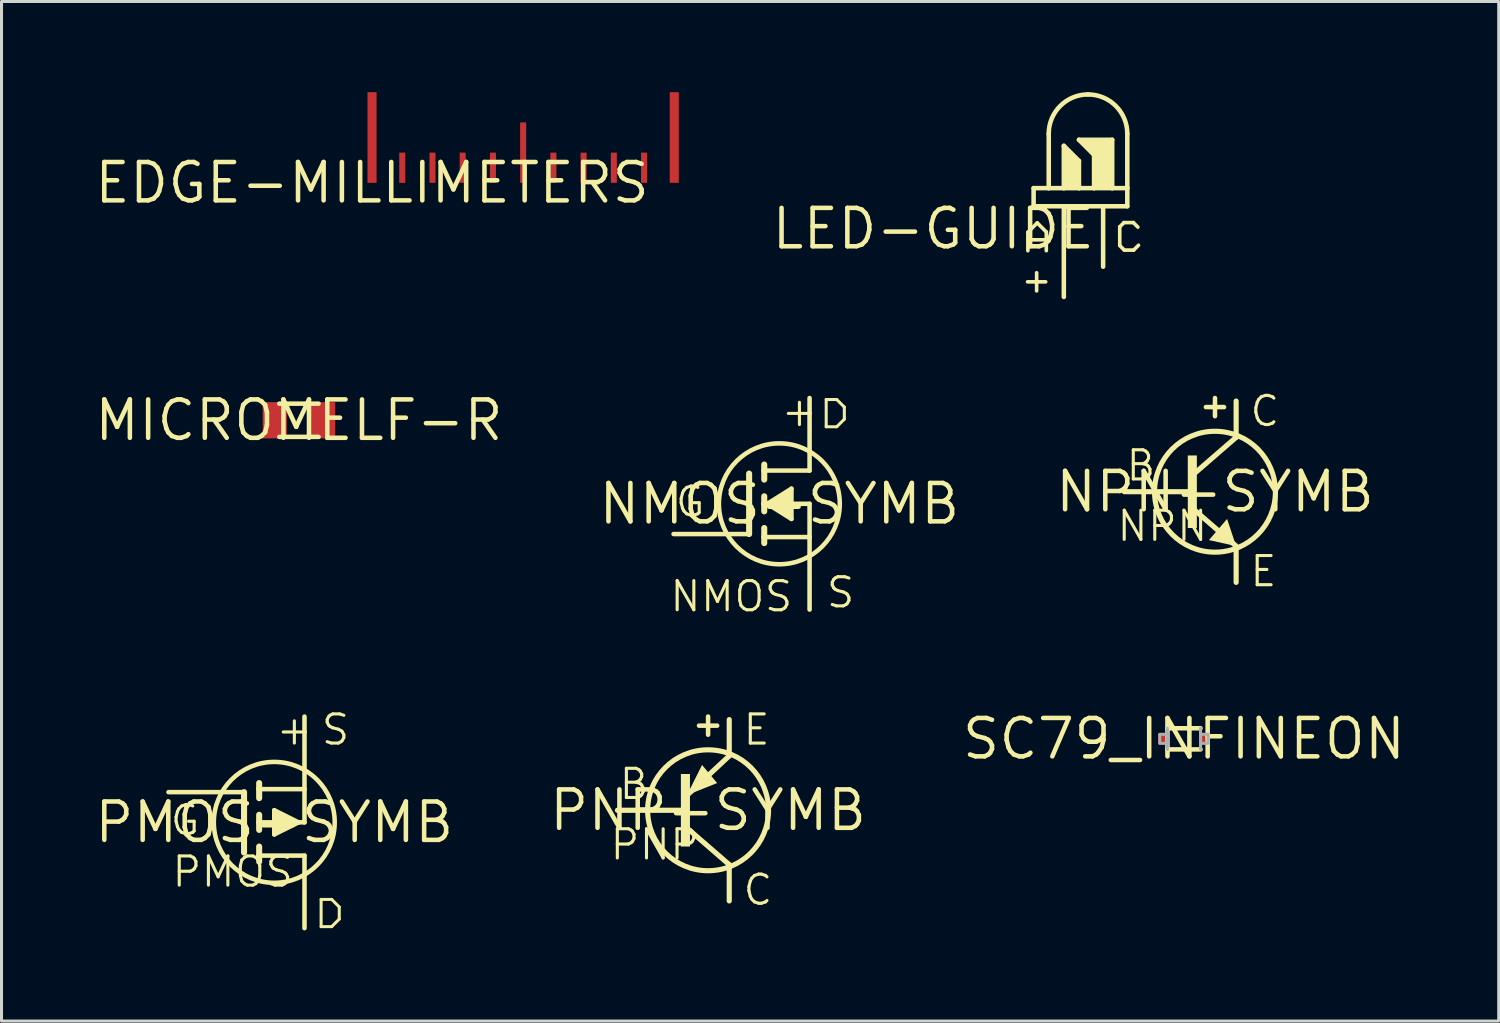
<source format=kicad_pcb>
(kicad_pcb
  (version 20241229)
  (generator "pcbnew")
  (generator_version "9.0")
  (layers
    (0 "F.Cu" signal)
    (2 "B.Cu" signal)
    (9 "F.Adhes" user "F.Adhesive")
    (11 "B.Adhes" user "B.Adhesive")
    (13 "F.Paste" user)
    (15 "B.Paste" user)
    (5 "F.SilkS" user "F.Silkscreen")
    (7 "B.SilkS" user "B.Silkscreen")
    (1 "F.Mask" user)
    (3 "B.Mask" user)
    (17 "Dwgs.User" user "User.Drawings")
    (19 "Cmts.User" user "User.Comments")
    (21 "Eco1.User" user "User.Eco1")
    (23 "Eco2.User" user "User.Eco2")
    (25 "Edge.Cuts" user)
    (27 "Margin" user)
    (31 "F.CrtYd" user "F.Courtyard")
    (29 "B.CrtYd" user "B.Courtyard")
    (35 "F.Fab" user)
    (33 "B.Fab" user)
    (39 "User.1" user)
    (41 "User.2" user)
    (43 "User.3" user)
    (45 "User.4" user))
  (footprint "NMOS-SYMB"
    (layer "F.Cu")
    (at 22.737 13.62)
    (property "Reference" "NMOS-SYMB" (at 0 0 0) (layer "F.SilkS") (effects (font (size 1.27 1.27) (thickness 0.15))))
    (attr through_hole)
    (fp_line (start -1 1) (end -3.5 1) (stroke (width 0.15) (type solid)) (layer "F.SilkS"))
    (fp_line (start -1 1) (end -1 -1) (stroke (width 0.2) (type solid)) (layer "F.SilkS"))
    (fp_line (start -0.5 -1.1) (end -0.5 -1.3) (stroke (width 0.2) (type solid)) (layer "F.SilkS"))
    (fp_line (start -0.5 -1.1) (end 1 -1.1) (stroke (width 0.15) (type solid)) (layer "F.SilkS"))
    (fp_line (start -0.5 -0.8) (end -0.5 -1.1) (stroke (width 0.2) (type solid)) (layer "F.SilkS"))
    (fp_line (start -0.5 0) (end -0.5 -0.25) (stroke (width 0.2) (type solid)) (layer "F.SilkS"))
    (fp_line (start -0.5 0) (end -0.4 0) (stroke (width 0.2) (type solid)) (layer "F.SilkS"))
    (fp_line (start -0.5 0.25) (end -0.5 0) (stroke (width 0.2) (type solid)) (layer "F.SilkS"))
    (fp_line (start -0.5 1.1) (end -0.5 0.8) (stroke (width 0.2) (type solid)) (layer "F.SilkS"))
    (fp_line (start -0.5 1.1) (end 1 1.1) (stroke (width 0.15) (type solid)) (layer "F.SilkS"))
    (fp_line (start -0.5 1.3) (end -0.5 1.1) (stroke (width 0.2) (type solid)) (layer "F.SilkS"))
    (fp_line (start -0.4 0) (end 0.4 -0.5) (stroke (width 0.15) (type solid)) (layer "F.SilkS"))
    (fp_line (start 0.4 -0.5) (end 0.4 0) (stroke (width 0.15) (type solid)) (layer "F.SilkS"))
    (fp_line (start 0.4 0) (end 0.4 0.5) (stroke (width 0.15) (type solid)) (layer "F.SilkS"))
    (fp_line (start 0.4 0) (end 1 0) (stroke (width 0.15) (type solid)) (layer "F.SilkS"))
    (fp_line (start 0.4 0.5) (end -0.4 0) (stroke (width 0.15) (type solid)) (layer "F.SilkS"))
    (fp_line (start 1 -3.5) (end 1 -1.1) (stroke (width 0.15) (type solid)) (layer "F.SilkS"))
    (fp_line (start 1 0) (end 1 1.1) (stroke (width 0.15) (type solid)) (layer "F.SilkS"))
    (fp_line (start 1 1.1) (end 1 3.5) (stroke (width 0.15) (type solid)) (layer "F.SilkS"))
    (fp_line (start 1.55 -3.45) (end 1.9 -3.45) (stroke (width 0.1) (type solid)) (layer "F.SilkS"))
    (fp_line (start 1.55 -2.55) (end 1.55 -3.45) (stroke (width 0.1) (type solid)) (layer "F.SilkS"))
    (fp_line (start 1.9 -3.45) (end 2.15 -3.2) (stroke (width 0.1) (type solid)) (layer "F.SilkS"))
    (fp_line (start 1.9 -2.55) (end 1.55 -2.55) (stroke (width 0.1) (type solid)) (layer "F.SilkS"))
    (fp_line (start 2.15 -3.2) (end 2.15 -2.8) (stroke (width 0.1) (type solid)) (layer "F.SilkS"))
    (fp_line (start 2.15 -2.8) (end 1.9 -2.55) (stroke (width 0.1) (type solid)) (layer "F.SilkS"))
    (fp_circle (center 0 0) (end 2 0) (stroke (width 0.15) (type solid)) (fill no) (layer "F.SilkS"))
    (fp_poly (pts (xy -0.4 0) (xy 0.4 -0.5) (xy 0.4 0.5)) (stroke (width 0) (type solid)) (fill yes) (layer "F.SilkS"))
    (fp_text user "+" (at 0 -2.5 0) (layer "F.SilkS") (effects (font (size 0.965 0.965) (thickness 0.102)) (justify left bottom)))
    (fp_text user "S" (at 1.5 3.5 0) (layer "F.SilkS") (effects (font (size 0.965 0.965) (thickness 0.102)) (justify left bottom)))
    (fp_text user "G" (at -3.5 0.5 0) (layer "F.SilkS") (effects (font (size 0.965 0.965) (thickness 0.102)) (justify left bottom)))
    (fp_text user "NMOS" (at 0.5 2.5 0) (layer "F.SilkS") (effects (font (size 0.965 0.965) (thickness 0.102)) (justify right top))))
  (footprint "EDGE-MILLIMETERS"
    (layer "F.Cu")
    (at 9.26 3)
    (property "Reference" "EDGE-MILLIMETERS" (at 0 0 0) (layer "F.SilkS") (effects (font (size 1.27 1.27) (thickness 0.15))))
    (attr through_hole)
    (fp_poly (pts (xy -0.15 0) (xy 0.15 0) (xy 0.15 -3) (xy -0.15 -3)) (stroke (width 0) (type solid)) (fill yes) (layer "F.Cu"))
    (fp_poly (pts (xy 0.9 0) (xy 1.1 0) (xy 1.1 -1) (xy 0.9 -1)) (stroke (width 0) (type solid)) (fill yes) (layer "F.Cu"))
    (fp_poly (pts (xy 1.9 0) (xy 2.1 0) (xy 2.1 -1) (xy 1.9 -1)) (stroke (width 0) (type solid)) (fill yes) (layer "F.Cu"))
    (fp_poly (pts (xy 2.9 0) (xy 3.1 0) (xy 3.1 -1) (xy 2.9 -1)) (stroke (width 0) (type solid)) (fill yes) (layer "F.Cu"))
    (fp_poly (pts (xy 3.9 0) (xy 4.1 0) (xy 4.1 -1) (xy 3.9 -1)) (stroke (width 0) (type solid)) (fill yes) (layer "F.Cu"))
    (fp_poly (pts (xy 4.9 0) (xy 5.1 0) (xy 5.1 -2) (xy 4.9 -2)) (stroke (width 0) (type solid)) (fill yes) (layer "F.Cu"))
    (fp_poly (pts (xy 5.9 0) (xy 6.1 0) (xy 6.1 -1) (xy 5.9 -1)) (stroke (width 0) (type solid)) (fill yes) (layer "F.Cu"))
    (fp_poly (pts (xy 6.9 0) (xy 7.1 0) (xy 7.1 -1) (xy 6.9 -1)) (stroke (width 0) (type solid)) (fill yes) (layer "F.Cu"))
    (fp_poly (pts (xy 7.9 0) (xy 8.1 0) (xy 8.1 -1) (xy 7.9 -1)) (stroke (width 0) (type solid)) (fill yes) (layer "F.Cu"))
    (fp_poly (pts (xy 8.9 0) (xy 9.1 0) (xy 9.1 -1) (xy 8.9 -1)) (stroke (width 0) (type solid)) (fill yes) (layer "F.Cu"))
    (fp_poly (pts (xy 9.85 0) (xy 10.15 0) (xy 10.15 -3) (xy 9.85 -3)) (stroke (width 0) (type solid)) (fill yes) (layer "F.Cu"))
    (fp_poly (pts (xy -0.15 0) (xy 0.15 0) (xy 0.15 -3) (xy -0.15 -3)) (stroke (width 0) (type solid)) (fill yes) (layer "F.Mask"))
    (fp_poly (pts (xy 0.9 0) (xy 1.1 0) (xy 1.1 -1) (xy 0.9 -1)) (stroke (width 0) (type solid)) (fill yes) (layer "F.Mask"))
    (fp_poly (pts (xy 1.9 0) (xy 2.1 0) (xy 2.1 -1) (xy 1.9 -1)) (stroke (width 0) (type solid)) (fill yes) (layer "F.Mask"))
    (fp_poly (pts (xy 2.9 0) (xy 3.1 0) (xy 3.1 -1) (xy 2.9 -1)) (stroke (width 0) (type solid)) (fill yes) (layer "F.Mask"))
    (fp_poly (pts (xy 3.9 0) (xy 4.1 0) (xy 4.1 -1) (xy 3.9 -1)) (stroke (width 0) (type solid)) (fill yes) (layer "F.Mask"))
    (fp_poly (pts (xy 4.9 0) (xy 5.1 0) (xy 5.1 -2) (xy 4.9 -2)) (stroke (width 0) (type solid)) (fill yes) (layer "F.Mask"))
    (fp_poly (pts (xy 5.9 0) (xy 6.1 0) (xy 6.1 -1) (xy 5.9 -1)) (stroke (width 0) (type solid)) (fill yes) (layer "F.Mask"))
    (fp_poly (pts (xy 6.9 0) (xy 7.1 0) (xy 7.1 -1) (xy 6.9 -1)) (stroke (width 0) (type solid)) (fill yes) (layer "F.Mask"))
    (fp_poly (pts (xy 7.9 0) (xy 8.1 0) (xy 8.1 -1) (xy 7.9 -1)) (stroke (width 0) (type solid)) (fill yes) (layer "F.Mask"))
    (fp_poly (pts (xy 8.9 0) (xy 9.1 0) (xy 9.1 -1) (xy 8.9 -1)) (stroke (width 0) (type solid)) (fill yes) (layer "F.Mask"))
    (fp_poly (pts (xy 9.85 0) (xy 10.15 0) (xy 10.15 -3) (xy 9.85 -3)) (stroke (width 0) (type solid)) (fill yes) (layer "F.Mask")))
  (footprint "MICROMELF-R"
    (layer "F.Cu")
    (at 6.841 10.856)
    (property "Reference" "MICROMELF-R" (at 0 0 0) (layer "F.SilkS") (effects (font (size 1.27 1.27) (thickness 0.15))))
    (attr through_hole)
    (fp_line (start -0.65 -0.55) (end 0.65 -0.55) (stroke (width 0.15) (type solid)) (layer "F.SilkS"))
    (fp_line (start -0.65 0.55) (end 0.65 0.55) (stroke (width 0.15) (type solid)) (layer "F.SilkS"))
    (pad "A" smd rect (at 0.8 0) (size 0.8 1.2) (layers "F.Cu" "F.Mask" "F.Paste"))
    (pad "C" smd rect (at -0.8 0) (size 0.8 1.2) (layers "F.Cu" "F.Mask" "F.Paste")))
  (footprint "PMOS-SYMB"
    (layer "F.Cu")
    (at 6.025 24.16)
    (property "Reference" "PMOS-SYMB" (at 0 0 0) (layer "F.SilkS") (effects (font (size 1.27 1.27) (thickness 0.15))))
    (attr through_hole)
    (fp_line (start -1 -1) (end -3.5 -1) (stroke (width 0.15) (type solid)) (layer "F.SilkS"))
    (fp_line (start -1 -1) (end -1 1) (stroke (width 0.2) (type solid)) (layer "F.SilkS"))
    (fp_line (start -0.5 -1.1) (end -0.5 -1.3) (stroke (width 0.2) (type solid)) (layer "F.SilkS"))
    (fp_line (start -0.5 -1.1) (end 1 -1.1) (stroke (width 0.15) (type solid)) (layer "F.SilkS"))
    (fp_line (start -0.5 -0.8) (end -0.5 -1.1) (stroke (width 0.2) (type solid)) (layer "F.SilkS"))
    (fp_line (start -0.5 0) (end -0.5 -0.25) (stroke (width 0.2) (type solid)) (layer "F.SilkS"))
    (fp_line (start -0.5 0) (end 0 0) (stroke (width 0.15) (type solid)) (layer "F.SilkS"))
    (fp_line (start -0.5 0.25) (end -0.5 0) (stroke (width 0.2) (type solid)) (layer "F.SilkS"))
    (fp_line (start -0.5 1.1) (end -0.5 0.8) (stroke (width 0.2) (type solid)) (layer "F.SilkS"))
    (fp_line (start -0.5 1.1) (end 1 1.1) (stroke (width 0.15) (type solid)) (layer "F.SilkS"))
    (fp_line (start -0.5 1.3) (end -0.5 1.1) (stroke (width 0.2) (type solid)) (layer "F.SilkS"))
    (fp_line (start 0 -0.4) (end 0 0) (stroke (width 0.15) (type solid)) (layer "F.SilkS"))
    (fp_line (start 0 0) (end 0 0.4) (stroke (width 0.15) (type solid)) (layer "F.SilkS"))
    (fp_line (start 0 0.4) (end 0.8 0) (stroke (width 0.15) (type solid)) (layer "F.SilkS"))
    (fp_line (start 0.8 0) (end 0 -0.4) (stroke (width 0.15) (type solid)) (layer "F.SilkS"))
    (fp_line (start 0.8 0) (end 1 0) (stroke (width 0.15) (type solid)) (layer "F.SilkS"))
    (fp_line (start 1 -3.5) (end 1 -1.1) (stroke (width 0.15) (type solid)) (layer "F.SilkS"))
    (fp_line (start 1 0) (end 1 -1.1) (stroke (width 0.15) (type solid)) (layer "F.SilkS"))
    (fp_line (start 1 1.1) (end 1 3.5) (stroke (width 0.15) (type solid)) (layer "F.SilkS"))
    (fp_line (start 1.55 2.55) (end 1.9 2.55) (stroke (width 0.1) (type solid)) (layer "F.SilkS"))
    (fp_line (start 1.55 3.45) (end 1.55 2.55) (stroke (width 0.1) (type solid)) (layer "F.SilkS"))
    (fp_line (start 1.9 2.55) (end 2.15 2.8) (stroke (width 0.1) (type solid)) (layer "F.SilkS"))
    (fp_line (start 1.9 3.45) (end 1.55 3.45) (stroke (width 0.1) (type solid)) (layer "F.SilkS"))
    (fp_line (start 2.15 2.8) (end 2.15 3.2) (stroke (width 0.1) (type solid)) (layer "F.SilkS"))
    (fp_line (start 2.15 3.2) (end 1.9 3.45) (stroke (width 0.1) (type solid)) (layer "F.SilkS"))
    (fp_circle (center 0 0) (end 2 0) (stroke (width 0.15) (type solid)) (fill no) (layer "F.SilkS"))
    (fp_poly (pts (xy 0 -0.4) (xy 0.8 0) (xy 0 0.4)) (stroke (width 0) (type solid)) (fill yes) (layer "F.SilkS"))
    (fp_text user "S" (at 1.5 -2.5 0) (layer "F.SilkS") (effects (font (size 0.965 0.965) (thickness 0.102)) (justify left bottom)))
    (fp_text user "+" (at 0 -2.5 0) (layer "F.SilkS") (effects (font (size 0.965 0.965) (thickness 0.102)) (justify left bottom)))
    (fp_text user "G" (at -3.5 0.5 0) (layer "F.SilkS") (effects (font (size 0.965 0.965) (thickness 0.102)) (justify left bottom)))
    (fp_text user "PMOS" (at -3.441 2.2 0) (layer "F.SilkS") (effects (font (size 0.965 0.965) (thickness 0.102)) (justify left bottom))))
  (footprint "SC79_INFINEON"
    (layer "F.Cu")
    (at 36.123 21.396)
    (property "Reference" "SC79_INFINEON" (at 0 0 0) (layer "F.SilkS") (effects (font (size 1.27 1.27) (thickness 0.15))))
    (attr through_hole)
    (fp_line (start -0.55 -0.35) (end 0.55 -0.35) (stroke (width 0.15) (type solid)) (layer "F.SilkS"))
    (fp_line (start 0.55 0.35) (end -0.55 0.35) (stroke (width 0.15) (type solid)) (layer "F.SilkS"))
    (fp_line (start -0.55 0.35) (end -0.55 -0.35) (stroke (width 0.102) (type solid)) (layer "F.Fab"))
    (fp_line (start 0.55 -0.35) (end 0.55 0.35) (stroke (width 0.102) (type solid)) (layer "F.Fab"))
    (fp_poly (pts (xy -0.8 0.15) (xy -0.55 0.15) (xy -0.55 -0.15) (xy -0.8 -0.15)) (stroke (width 0.1) (type solid)) (fill no) (layer "F.Fab"))
    (fp_poly (pts (xy 0.55 0.15) (xy 0.8 0.15) (xy 0.8 -0.15) (xy 0.55 -0.15)) (stroke (width 0.1) (type solid)) (fill no) (layer "F.Fab"))
    (pad "A" smd rect (at 0.675 0) (size 0.35 0.35) (layers "F.Cu" "F.Mask" "F.Paste"))
    (pad "C" smd rect (at -0.675 0) (size 0.35 0.35) (layers "F.Cu" "F.Mask" "F.Paste")))
  (footprint "NPN-SYMB"
    (layer "F.Cu")
    (at 37.151 13.22)
    (property "Reference" "NPN-SYMB" (at 0 0 0) (layer "F.SilkS") (effects (font (size 1.27 1.27) (thickness 0.15))))
    (attr through_hole)
    (fp_line (start -0.8 -0.5) (end 0.7 -1.8) (stroke (width 0.17) (type solid)) (layer "F.SilkS"))
    (fp_line (start -0.8 0) (end -3 0) (stroke (width 0.17) (type solid)) (layer "F.SilkS"))
    (fp_line (start -0.8 0.5) (end 0.7 1.8) (stroke (width 0.17) (type solid)) (layer "F.SilkS"))
    (fp_line (start -0.3 -2.8) (end 0.3 -2.8) (stroke (width 0.15) (type solid)) (layer "F.SilkS"))
    (fp_line (start 0 -2.5) (end 0 -3.1) (stroke (width 0.15) (type solid)) (layer "F.SilkS"))
    (fp_line (start 0.7 -1.8) (end 0.7 -3) (stroke (width 0.17) (type solid)) (layer "F.SilkS"))
    (fp_line (start 0.7 1.8) (end 0.7 3) (stroke (width 0.17) (type solid)) (layer "F.SilkS"))
    (fp_circle (center 0 0) (end 2 0) (stroke (width 0.17) (type solid)) (fill no) (layer "F.SilkS"))
    (fp_poly (pts (xy 0.7 1.8) (xy -0.2 1.6) (xy 0.4 0.9)) (stroke (width 0) (type solid)) (fill yes) (layer "F.SilkS"))
    (fp_poly (pts (xy -0.9 1.2) (xy -0.6 1.2) (xy -0.6 -1.2) (xy -0.9 -1.2)) (stroke (width 0) (type solid)) (fill yes) (layer "F.SilkS"))
    (fp_text user "E" (at 1.1 3.2 0) (layer "F.SilkS") (effects (font (size 0.965 0.965) (thickness 0.102)) (justify left bottom)))
    (fp_text user "NPN" (at -3.3 1.7 0) (layer "F.SilkS") (effects (font (size 0.965 0.965) (thickness 0.102)) (justify left bottom)))
    (fp_text user "C" (at 1.1 -2.1 0) (layer "F.SilkS") (effects (font (size 0.965 0.965) (thickness 0.102)) (justify left bottom)))
    (fp_text user "B" (at -3 -0.3 0) (layer "F.SilkS") (effects (font (size 0.965 0.965) (thickness 0.102)) (justify left bottom))))
  (footprint "PNP-SYMB"
    (layer "F.Cu")
    (at 20.379 23.76)
    (property "Reference" "PNP-SYMB" (at 0 0 0) (layer "F.SilkS") (effects (font (size 1.27 1.27) (thickness 0.15))))
    (attr through_hole)
    (fp_line (start -0.8 -0.4) (end 0.7 -1.8) (stroke (width 0.17) (type solid)) (layer "F.SilkS"))
    (fp_line (start -0.8 0) (end -3 0) (stroke (width 0.17) (type solid)) (layer "F.SilkS"))
    (fp_line (start -0.8 0.5) (end 0.7 1.8) (stroke (width 0.17) (type solid)) (layer "F.SilkS"))
    (fp_line (start -0.3 -2.8) (end 0.3 -2.8) (stroke (width 0.15) (type solid)) (layer "F.SilkS"))
    (fp_line (start 0 -2.5) (end 0 -3.1) (stroke (width 0.15) (type solid)) (layer "F.SilkS"))
    (fp_line (start 0.7 -1.8) (end 0.7 -3) (stroke (width 0.17) (type solid)) (layer "F.SilkS"))
    (fp_line (start 0.7 1.8) (end 0.7 3) (stroke (width 0.17) (type solid)) (layer "F.SilkS"))
    (fp_circle (center 0 0) (end 2 0) (stroke (width 0.17) (type solid)) (fill no) (layer "F.SilkS"))
    (fp_poly (pts (xy -0.7 -0.5) (xy -0.2 -1.5) (xy 0.3 -0.9)) (stroke (width 0) (type solid)) (fill yes) (layer "F.SilkS"))
    (fp_poly (pts (xy -0.9 1.2) (xy -0.6 1.2) (xy -0.6 -1.2) (xy -0.9 -1.2)) (stroke (width 0) (type solid)) (fill yes) (layer "F.SilkS"))
    (fp_text user "C" (at 1.1 3.2 0) (layer "F.SilkS") (effects (font (size 0.965 0.965) (thickness 0.102)) (justify left bottom)))
    (fp_text user "B" (at -3 -0.3 0) (layer "F.SilkS") (effects (font (size 0.965 0.965) (thickness 0.102)) (justify left bottom)))
    (fp_text user "PNP" (at -3.3 1.7 0) (layer "F.SilkS") (effects (font (size 0.965 0.965) (thickness 0.102)) (justify left bottom)))
    (fp_text user "E" (at 1.1 -2.1 0) (layer "F.SilkS") (effects (font (size 0.965 0.965) (thickness 0.102)) (justify left bottom))))
  (footprint "LED-GUIDE"
    (layer "F.Cu")
    (at 33.25 3.775)
    (property "Reference" "LED-GUIDE" (at 0 0 0) (layer "F.SilkS") (effects (font (size 1.27 1.27) (thickness 0.15)) (justify right top)))
    (attr through_hole)
    (fp_line (start -2.3 2.5) (end -1.7 2.5) (stroke (width 0.12) (type solid)) (layer "F.SilkS"))
    (fp_line (start -2.29 0.86) (end -1.98 0.55) (stroke (width 0.12) (type solid)) (layer "F.SilkS"))
    (fp_line (start -2.29 1.11) (end -2.29 0.86) (stroke (width 0.12) (type solid)) (layer "F.SilkS"))
    (fp_line (start -2.29 1.11) (end -1.69 1.11) (stroke (width 0.12) (type solid)) (layer "F.SilkS"))
    (fp_line (start -2.29 1.47) (end -2.29 1.11) (stroke (width 0.12) (type solid)) (layer "F.SilkS"))
    (fp_line (start -2.1 -0.6) (end -2.1 0) (stroke (width 0.15) (type solid)) (layer "F.SilkS"))
    (fp_line (start -2.1 0) (end -1.1 0) (stroke (width 0.15) (type solid)) (layer "F.SilkS"))
    (fp_line (start -2 2.2) (end -2 2.8) (stroke (width 0.12) (type solid)) (layer "F.SilkS"))
    (fp_line (start -1.98 0.55) (end -1.68 0.85) (stroke (width 0.12) (type solid)) (layer "F.SilkS"))
    (fp_line (start -1.68 0.85) (end -1.68 1.47) (stroke (width 0.12) (type solid)) (layer "F.SilkS"))
    (fp_line (start -1.6 -0.6) (end -2.1 -0.6) (stroke (width 0.15) (type solid)) (layer "F.SilkS"))
    (fp_line (start -1.6 -0.6) (end -1.6 -2.4) (stroke (width 0.15) (type solid)) (layer "F.SilkS"))
    (fp_line (start -1.1 -2) (end -0.6 -1.5) (stroke (width 0.15) (type solid)) (layer "F.SilkS"))
    (fp_line (start -1.1 -0.6) (end -1.6 -0.6) (stroke (width 0.15) (type solid)) (layer "F.SilkS"))
    (fp_line (start -1.1 -0.6) (end -1.1 -2) (stroke (width 0.15) (type solid)) (layer "F.SilkS"))
    (fp_line (start -1.1 0) (end -1.1 3) (stroke (width 0.15) (type solid)) (layer "F.SilkS"))
    (fp_line (start -1.1 0) (end 0.2 0) (stroke (width 0.15) (type solid)) (layer "F.SilkS"))
    (fp_line (start -0.6 -2.2) (end -0.1 -1.7) (stroke (width 0.15) (type solid)) (layer "F.SilkS"))
    (fp_line (start -0.6 -2.2) (end 0.5 -2.2) (stroke (width 0.15) (type solid)) (layer "F.SilkS"))
    (fp_line (start -0.6 -1.5) (end -0.6 -0.6) (stroke (width 0.15) (type solid)) (layer "F.SilkS"))
    (fp_line (start -0.6 -0.6) (end -1.1 -0.6) (stroke (width 0.15) (type solid)) (layer "F.SilkS"))
    (fp_line (start -0.1 -1.7) (end -0.1 -0.6) (stroke (width 0.15) (type solid)) (layer "F.SilkS"))
    (fp_line (start -0.1 -0.6) (end -0.6 -0.6) (stroke (width 0.15) (type solid)) (layer "F.SilkS"))
    (fp_line (start 0.2 0) (end 0.2 2) (stroke (width 0.15) (type solid)) (layer "F.SilkS"))
    (fp_line (start 0.2 0) (end 1 0) (stroke (width 0.15) (type solid)) (layer "F.SilkS"))
    (fp_line (start 0.5 -2.2) (end 0.5 -0.6) (stroke (width 0.15) (type solid)) (layer "F.SilkS"))
    (fp_line (start 0.5 -0.6) (end -0.1 -0.6) (stroke (width 0.15) (type solid)) (layer "F.SilkS"))
    (fp_line (start 0.75 0.68) (end 0.89 0.54) (stroke (width 0.12) (type solid)) (layer "F.SilkS"))
    (fp_line (start 0.75 1.3) (end 0.75 0.68) (stroke (width 0.12) (type solid)) (layer "F.SilkS"))
    (fp_line (start 0.89 0.54) (end 1.2 0.54) (stroke (width 0.12) (type solid)) (layer "F.SilkS"))
    (fp_line (start 0.9 1.45) (end 0.75 1.3) (stroke (width 0.12) (type solid)) (layer "F.SilkS"))
    (fp_line (start 1 -2.4) (end 1 -0.6) (stroke (width 0.15) (type solid)) (layer "F.SilkS"))
    (fp_line (start 1 -0.6) (end 0.5 -0.6) (stroke (width 0.15) (type solid)) (layer "F.SilkS"))
    (fp_line (start 1 0) (end 1 -0.6) (stroke (width 0.15) (type solid)) (layer "F.SilkS"))
    (fp_line (start 1.2 0.54) (end 1.35 0.69) (stroke (width 0.12) (type solid)) (layer "F.SilkS"))
    (fp_line (start 1.21 1.45) (end 0.9 1.45) (stroke (width 0.12) (type solid)) (layer "F.SilkS"))
    (fp_line (start 1.37 1.29) (end 1.21 1.45) (stroke (width 0.12) (type solid)) (layer "F.SilkS"))
    (fp_arc (start -1.6 -2.4) (mid -1.219239 -3.31924) (end -0.299999 -3.700001) (stroke (width 0.15) (type solid)) (layer "F.SilkS"))
    (fp_arc (start -0.3 -3.7) (mid 0.619239 -3.319239) (end 1 -2.4) (stroke (width 0.15) (type solid)) (layer "F.SilkS"))
    (fp_poly (pts (xy -1.1 -2) (xy -0.6 -1.5) (xy -0.6 -0.6) (xy -1.1 -0.6)) (stroke (width 0) (type solid)) (fill yes) (layer "F.SilkS"))
    (fp_poly (pts (xy -0.6 -2.2) (xy 0.5 -2.2) (xy 0.5 -0.6) (xy -0.1 -0.6) (xy -0.1 -1.7)) (stroke (width 0) (type solid)) (fill yes) (layer "F.SilkS")))
  (gr_rect
    (start -3 -3)
    (end 46.539 30.735)
    (stroke (width 0.1) (type default))
    (fill no)
    (layer "Edge.Cuts")))
</source>
